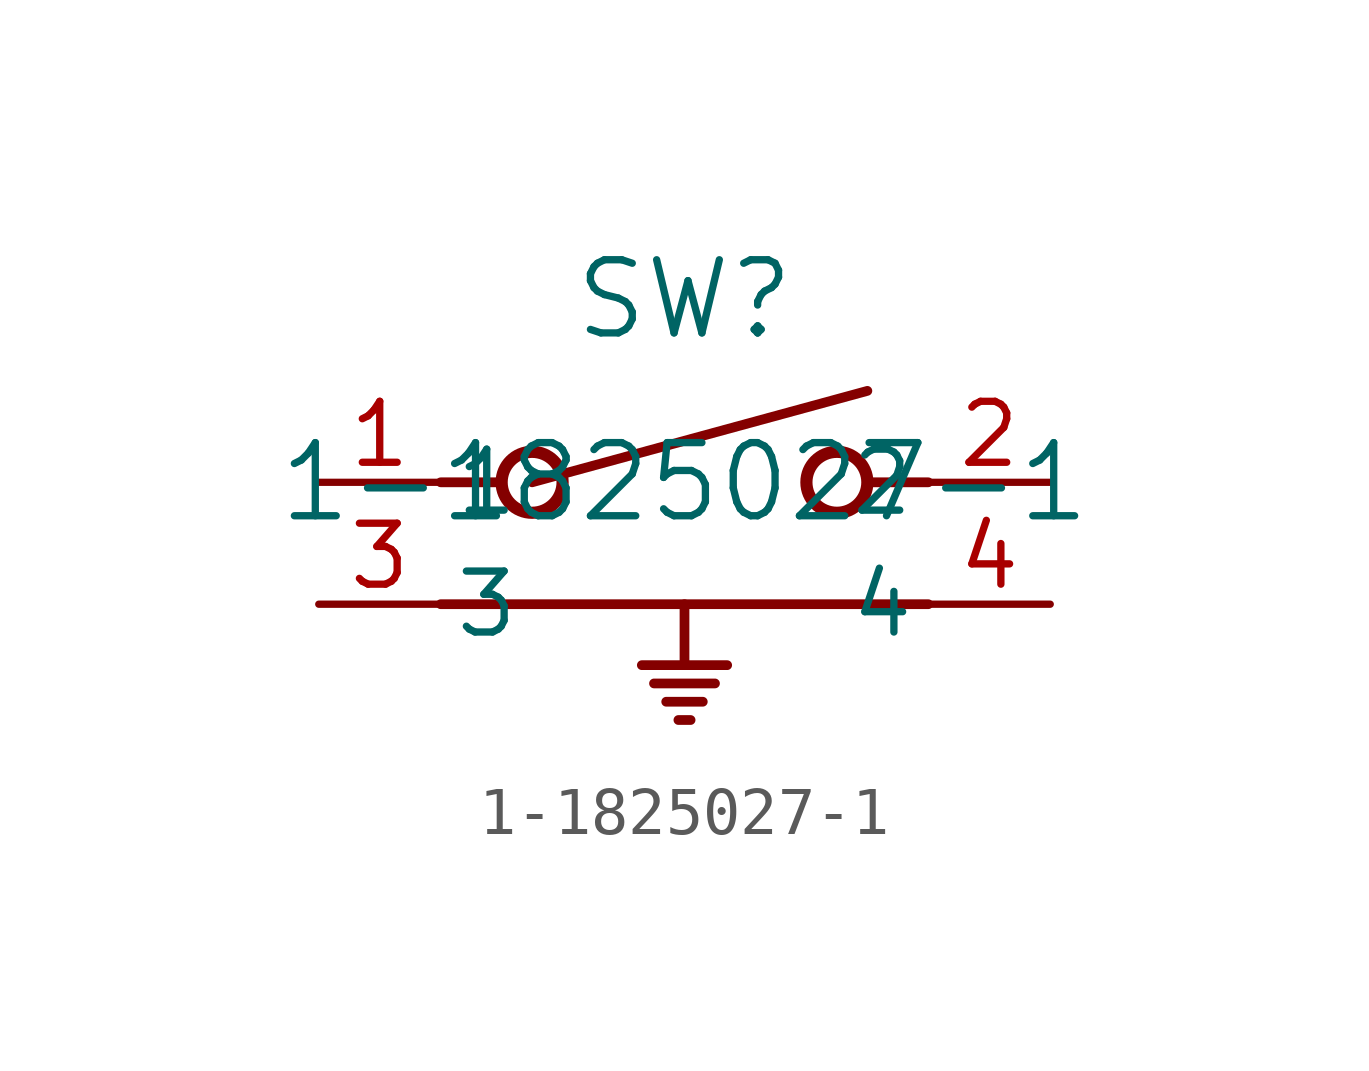
<source format=kicad_sym>
(kicad_symbol_lib
  (version 20211014)
  (generator kicad_symbol_editor)
  (symbol "1-1825027-1"
    (pin_names
      (offset 0.254))
    (property "Reference" "SW"
      (at 0 3.81 0)
      (effects (font (size 1.524 1.524))))
    (property "Value" "1-1825027-1"
      (at 0 0 0)
      (effects (font (size 1.524 1.524))))
    (symbol "1-1825027-1_0_1"
      (polyline (pts (xy -5.08 0) (xy -3.81 0)) (stroke (width 0.203) (type default) (color 0 0 0 0)) (fill (type none)))
      (circle (center 3.175 0) (radius 0.635) (stroke (width 0.254) (type default) (color 0 0 0 0)) (fill (type none)))
      (circle (center -3.175 0) (radius 0.635) (stroke (width 0.254) (type default) (color 0 0 0 0)) (fill (type none)))
      (polyline (pts (xy 5.08 0) (xy 3.81 0)) (stroke (width 0.203) (type default) (color 0 0 0 0)) (fill (type none)))
      (polyline (pts (xy -3.175 0) (xy 3.81 1.905)) (stroke (width 0.203) (type default) (color 0 0 0 0)) (fill (type none)))
      (polyline (pts (xy -5.08 -2.54) (xy 5.08 -2.54)) (stroke (width 0.203) (type default) (color 0 0 0 0)) (fill (type none)))
      (polyline (pts (xy 0 -2.54) (xy 0 -3.81)) (stroke (width 0.203) (type default) (color 0 0 0 0)) (fill (type none)))
      (polyline (pts (xy -0.889 -3.81) (xy 0.889 -3.81)) (stroke (width 0.203) (type default) (color 0 0 0 0)) (fill (type none)))
      (polyline (pts (xy -0.635 -4.191) (xy 0.635 -4.191)) (stroke (width 0.203) (type default) (color 0 0 0 0)) (fill (type none)))
      (polyline (pts (xy -0.381 -4.572) (xy 0.381 -4.572)) (stroke (width 0.203) (type default) (color 0 0 0 0)) (fill (type none)))
      (polyline (pts (xy -0.127 -4.953) (xy 0.127 -4.953)) (stroke (width 0.203) (type default) (color 0 0 0 0)) (fill (type none)))
      (pin unspecified line (at -7.62 0 0) (length 2.54) (name "1" (effects (font (size 1.27 1.27)))) (number "1" (effects (font (size 1.27 1.27)))))
      (pin unspecified line (at 7.62 0 180) (length 2.54) (name "2" (effects (font (size 1.27 1.27)))) (number "2" (effects (font (size 1.27 1.27)))))
      (pin unspecified line (at -7.62 -2.54 0) (length 2.54) (name "3" (effects (font (size 1.27 1.27)))) (number "3" (effects (font (size 1.27 1.27)))))
      (pin unspecified line (at 7.62 -2.54 180) (length 2.54) (name "4" (effects (font (size 1.27 1.27)))) (number "4" (effects (font (size 1.27 1.27))))))))
</source>
